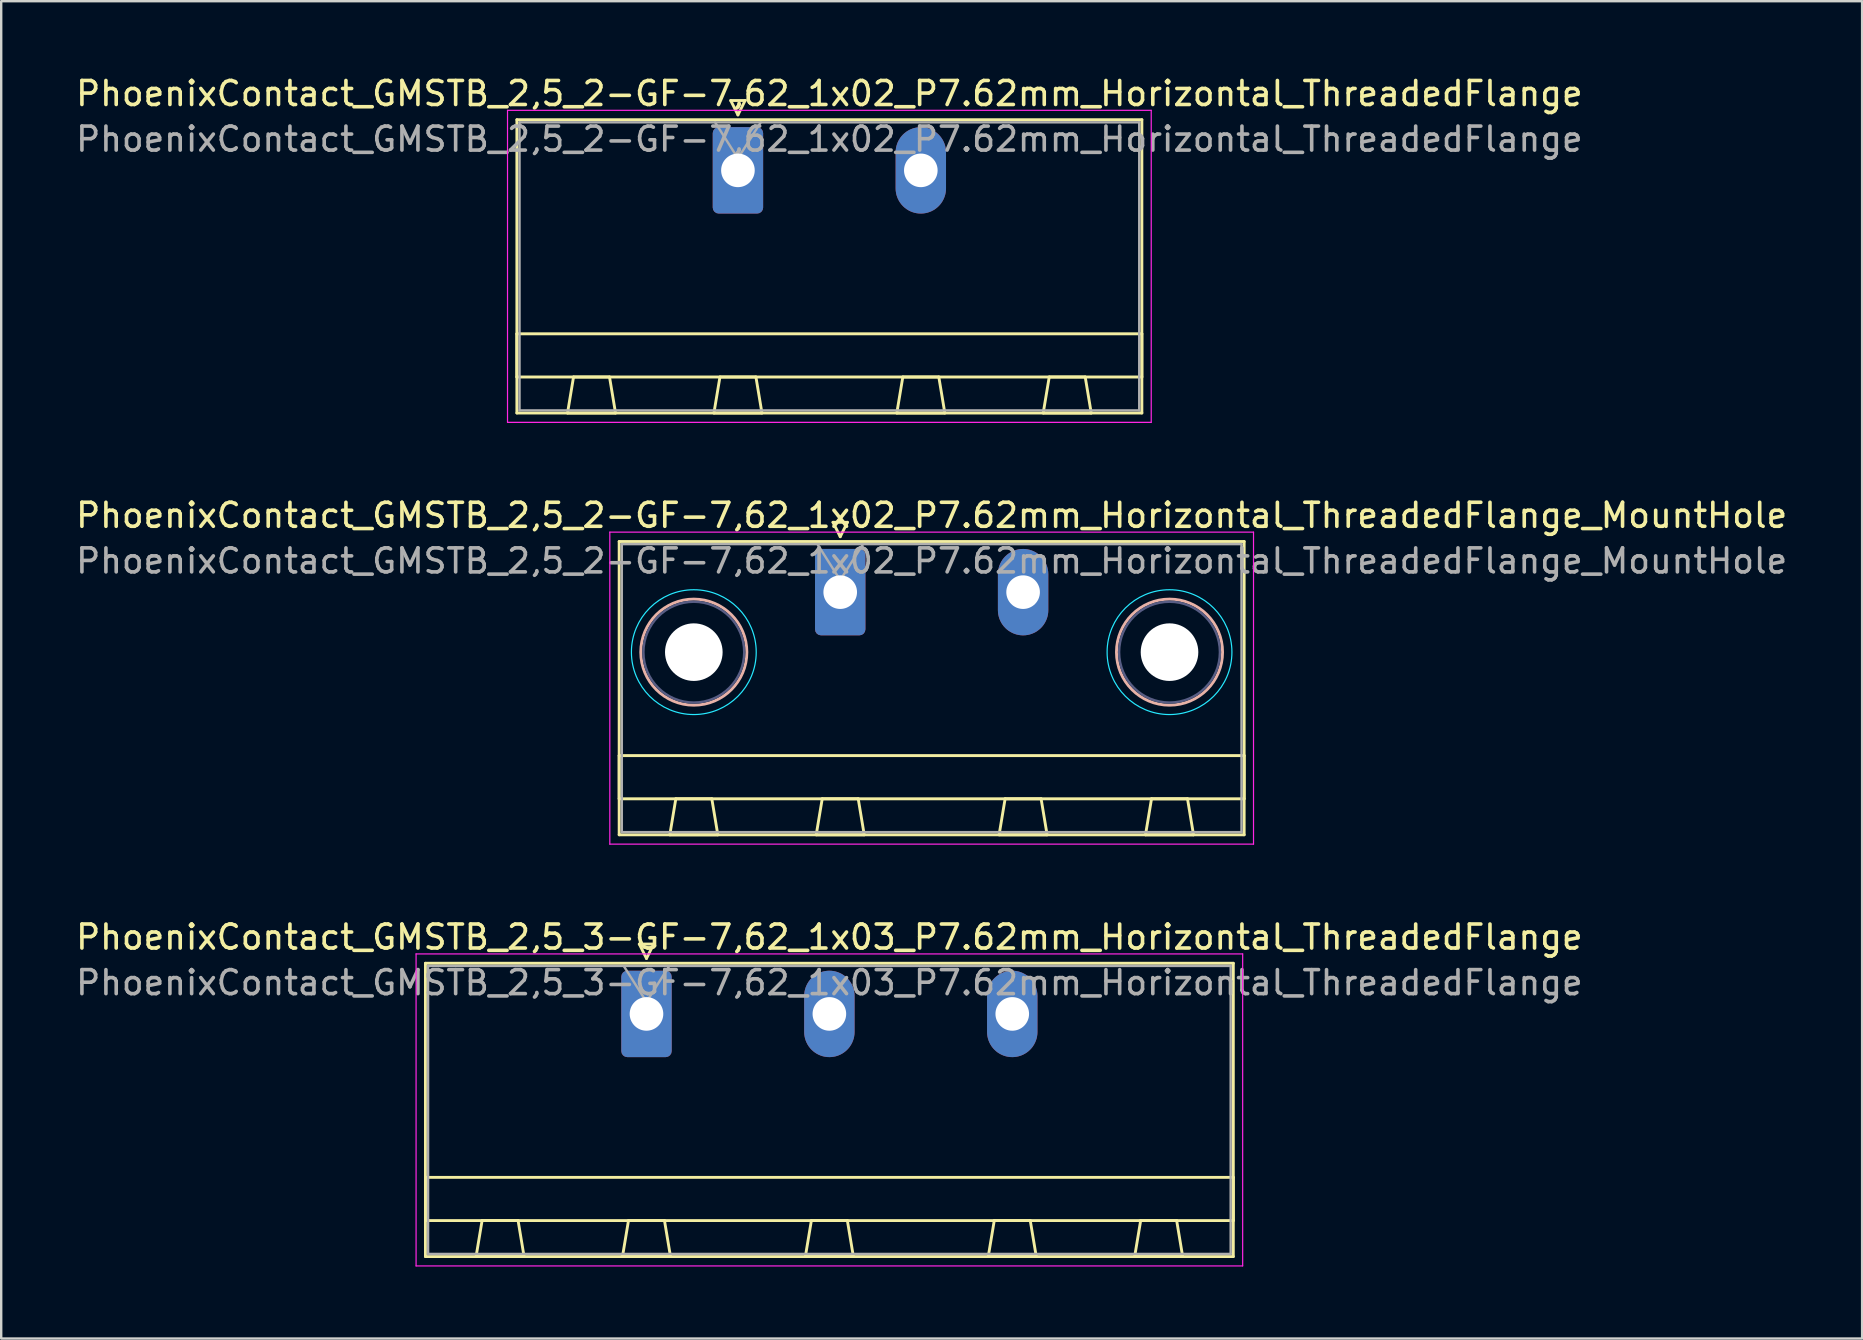
<source format=kicad_pcb>
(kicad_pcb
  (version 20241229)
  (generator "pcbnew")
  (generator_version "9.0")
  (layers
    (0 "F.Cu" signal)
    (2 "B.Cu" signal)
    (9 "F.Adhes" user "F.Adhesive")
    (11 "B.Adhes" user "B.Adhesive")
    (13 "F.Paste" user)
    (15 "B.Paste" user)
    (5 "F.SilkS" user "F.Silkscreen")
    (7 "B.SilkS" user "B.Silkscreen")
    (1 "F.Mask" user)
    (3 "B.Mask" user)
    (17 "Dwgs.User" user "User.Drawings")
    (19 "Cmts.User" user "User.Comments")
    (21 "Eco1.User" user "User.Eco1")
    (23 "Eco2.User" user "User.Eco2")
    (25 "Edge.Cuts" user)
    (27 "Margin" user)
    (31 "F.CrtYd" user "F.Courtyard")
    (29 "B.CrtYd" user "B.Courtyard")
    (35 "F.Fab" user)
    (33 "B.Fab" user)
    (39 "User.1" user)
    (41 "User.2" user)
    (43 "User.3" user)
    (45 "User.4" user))
  (footprint "PhoenixContact_GMSTB_2,5_3-GF-7,62_1x03_P7.62mm_Horizontal_ThreadedFlange"
    (layer "F.Cu")
    (at 23.886 39.195)
    (property "Reference" "PhoenixContact_GMSTB_2,5_3-GF-7,62_1x03_P7.62mm_Horizontal_ThreadedFlange" (at 7.62 -3.2 0) (layer "F.SilkS") (effects (font (size 1 1) (thickness 0.15))))
    (attr through_hole)
    (fp_line (start -9.21 -2.11) (end -9.21 10.11) (stroke (width 0.12) (type solid)) (layer "F.SilkS"))
    (fp_line (start -9.21 6.81) (end 24.45 6.81) (stroke (width 0.12) (type solid)) (layer "F.SilkS"))
    (fp_line (start -9.21 8.61) (end -9.21 6.81) (stroke (width 0.12) (type solid)) (layer "F.SilkS"))
    (fp_line (start -9.21 10.11) (end 24.45 10.11) (stroke (width 0.12) (type solid)) (layer "F.SilkS"))
    (fp_line (start -7.1 10.11) (end -5.1 10.11) (stroke (width 0.12) (type solid)) (layer "F.SilkS"))
    (fp_line (start -6.85 8.61) (end -7.1 10.11) (stroke (width 0.12) (type solid)) (layer "F.SilkS"))
    (fp_line (start -5.35 8.61) (end -6.85 8.61) (stroke (width 0.12) (type solid)) (layer "F.SilkS"))
    (fp_line (start -5.1 10.11) (end -5.35 8.61) (stroke (width 0.12) (type solid)) (layer "F.SilkS"))
    (fp_line (start -1 10.11) (end 1 10.11) (stroke (width 0.12) (type solid)) (layer "F.SilkS"))
    (fp_line (start -0.75 8.61) (end -1 10.11) (stroke (width 0.12) (type solid)) (layer "F.SilkS"))
    (fp_line (start -0.3 -2.91) (end 0.3 -2.91) (stroke (width 0.12) (type solid)) (layer "F.SilkS"))
    (fp_line (start 0 -2.31) (end -0.3 -2.91) (stroke (width 0.12) (type solid)) (layer "F.SilkS"))
    (fp_line (start 0.3 -2.91) (end 0 -2.31) (stroke (width 0.12) (type solid)) (layer "F.SilkS"))
    (fp_line (start 0.75 8.61) (end -0.75 8.61) (stroke (width 0.12) (type solid)) (layer "F.SilkS"))
    (fp_line (start 1 10.11) (end 0.75 8.61) (stroke (width 0.12) (type solid)) (layer "F.SilkS"))
    (fp_line (start 6.62 10.11) (end 8.62 10.11) (stroke (width 0.12) (type solid)) (layer "F.SilkS"))
    (fp_line (start 6.87 8.61) (end 6.62 10.11) (stroke (width 0.12) (type solid)) (layer "F.SilkS"))
    (fp_line (start 8.37 8.61) (end 6.87 8.61) (stroke (width 0.12) (type solid)) (layer "F.SilkS"))
    (fp_line (start 8.62 10.11) (end 8.37 8.61) (stroke (width 0.12) (type solid)) (layer "F.SilkS"))
    (fp_line (start 14.24 10.11) (end 16.24 10.11) (stroke (width 0.12) (type solid)) (layer "F.SilkS"))
    (fp_line (start 14.49 8.61) (end 14.24 10.11) (stroke (width 0.12) (type solid)) (layer "F.SilkS"))
    (fp_line (start 15.99 8.61) (end 14.49 8.61) (stroke (width 0.12) (type solid)) (layer "F.SilkS"))
    (fp_line (start 16.24 10.11) (end 15.99 8.61) (stroke (width 0.12) (type solid)) (layer "F.SilkS"))
    (fp_line (start 20.34 10.11) (end 22.34 10.11) (stroke (width 0.12) (type solid)) (layer "F.SilkS"))
    (fp_line (start 20.59 8.61) (end 20.34 10.11) (stroke (width 0.12) (type solid)) (layer "F.SilkS"))
    (fp_line (start 22.09 8.61) (end 20.59 8.61) (stroke (width 0.12) (type solid)) (layer "F.SilkS"))
    (fp_line (start 22.34 10.11) (end 22.09 8.61) (stroke (width 0.12) (type solid)) (layer "F.SilkS"))
    (fp_line (start 24.45 -2.11) (end -9.21 -2.11) (stroke (width 0.12) (type solid)) (layer "F.SilkS"))
    (fp_line (start 24.45 6.81) (end 24.45 8.61) (stroke (width 0.12) (type solid)) (layer "F.SilkS"))
    (fp_line (start 24.45 8.61) (end -9.21 8.61) (stroke (width 0.12) (type solid)) (layer "F.SilkS"))
    (fp_line (start 24.45 10.11) (end 24.45 -2.11) (stroke (width 0.12) (type solid)) (layer "F.SilkS"))
    (fp_line (start -9.6 -2.5) (end -9.6 10.5) (stroke (width 0.05) (type solid)) (layer "F.CrtYd"))
    (fp_line (start -9.6 10.5) (end 24.84 10.5) (stroke (width 0.05) (type solid)) (layer "F.CrtYd"))
    (fp_line (start 24.84 -2.5) (end -9.6 -2.5) (stroke (width 0.05) (type solid)) (layer "F.CrtYd"))
    (fp_line (start 24.84 10.5) (end 24.84 -2.5) (stroke (width 0.05) (type solid)) (layer "F.CrtYd"))
    (fp_line (start -9.1 -2) (end -9.1 10) (stroke (width 0.1) (type solid)) (layer "F.Fab"))
    (fp_line (start -9.1 10) (end 24.34 10) (stroke (width 0.1) (type solid)) (layer "F.Fab"))
    (fp_line (start 0 -0.5) (end -0.95 -2) (stroke (width 0.1) (type solid)) (layer "F.Fab"))
    (fp_line (start 0.95 -2) (end 0 -0.5) (stroke (width 0.1) (type solid)) (layer "F.Fab"))
    (fp_line (start 24.34 -2) (end -9.1 -2) (stroke (width 0.1) (type solid)) (layer "F.Fab"))
    (fp_line (start 24.34 10) (end 24.34 -2) (stroke (width 0.1) (type solid)) (layer "F.Fab"))
    (fp_text user "${REFERENCE}" (at 7.62 -1.3 0) (layer "F.Fab") (effects (font (size 1 1) (thickness 0.15))))
    (pad "1" thru_hole roundrect (at 0 0) (size 2.1 3.6) (drill 1.4) (layers "*.Cu" "*.Mask") (roundrect_rratio 0.119))
    (pad "2" thru_hole oval (at 7.62 0) (size 2.1 3.6) (drill 1.4) (layers "*.Cu" "*.Mask"))
    (pad "3" thru_hole oval (at 15.24 0) (size 2.1 3.6) (drill 1.4) (layers "*.Cu" "*.Mask")))
  (footprint "PhoenixContact_GMSTB_2,5_2-GF-7,62_1x02_P7.62mm_Horizontal_ThreadedFlange"
    (layer "F.Cu")
    (at 27.696 4.048)
    (property "Reference" "PhoenixContact_GMSTB_2,5_2-GF-7,62_1x02_P7.62mm_Horizontal_ThreadedFlange" (at 3.81 -3.2 0) (layer "F.SilkS") (effects (font (size 1 1) (thickness 0.15))))
    (attr through_hole)
    (fp_line (start -9.21 -2.11) (end -9.21 10.11) (stroke (width 0.12) (type solid)) (layer "F.SilkS"))
    (fp_line (start -9.21 6.81) (end 16.83 6.81) (stroke (width 0.12) (type solid)) (layer "F.SilkS"))
    (fp_line (start -9.21 8.61) (end -9.21 6.81) (stroke (width 0.12) (type solid)) (layer "F.SilkS"))
    (fp_line (start -9.21 10.11) (end 16.83 10.11) (stroke (width 0.12) (type solid)) (layer "F.SilkS"))
    (fp_line (start -7.1 10.11) (end -5.1 10.11) (stroke (width 0.12) (type solid)) (layer "F.SilkS"))
    (fp_line (start -6.85 8.61) (end -7.1 10.11) (stroke (width 0.12) (type solid)) (layer "F.SilkS"))
    (fp_line (start -5.35 8.61) (end -6.85 8.61) (stroke (width 0.12) (type solid)) (layer "F.SilkS"))
    (fp_line (start -5.1 10.11) (end -5.35 8.61) (stroke (width 0.12) (type solid)) (layer "F.SilkS"))
    (fp_line (start -1 10.11) (end 1 10.11) (stroke (width 0.12) (type solid)) (layer "F.SilkS"))
    (fp_line (start -0.75 8.61) (end -1 10.11) (stroke (width 0.12) (type solid)) (layer "F.SilkS"))
    (fp_line (start -0.3 -2.91) (end 0.3 -2.91) (stroke (width 0.12) (type solid)) (layer "F.SilkS"))
    (fp_line (start 0 -2.31) (end -0.3 -2.91) (stroke (width 0.12) (type solid)) (layer "F.SilkS"))
    (fp_line (start 0.3 -2.91) (end 0 -2.31) (stroke (width 0.12) (type solid)) (layer "F.SilkS"))
    (fp_line (start 0.75 8.61) (end -0.75 8.61) (stroke (width 0.12) (type solid)) (layer "F.SilkS"))
    (fp_line (start 1 10.11) (end 0.75 8.61) (stroke (width 0.12) (type solid)) (layer "F.SilkS"))
    (fp_line (start 6.62 10.11) (end 8.62 10.11) (stroke (width 0.12) (type solid)) (layer "F.SilkS"))
    (fp_line (start 6.87 8.61) (end 6.62 10.11) (stroke (width 0.12) (type solid)) (layer "F.SilkS"))
    (fp_line (start 8.37 8.61) (end 6.87 8.61) (stroke (width 0.12) (type solid)) (layer "F.SilkS"))
    (fp_line (start 8.62 10.11) (end 8.37 8.61) (stroke (width 0.12) (type solid)) (layer "F.SilkS"))
    (fp_line (start 12.72 10.11) (end 14.72 10.11) (stroke (width 0.12) (type solid)) (layer "F.SilkS"))
    (fp_line (start 12.97 8.61) (end 12.72 10.11) (stroke (width 0.12) (type solid)) (layer "F.SilkS"))
    (fp_line (start 14.47 8.61) (end 12.97 8.61) (stroke (width 0.12) (type solid)) (layer "F.SilkS"))
    (fp_line (start 14.72 10.11) (end 14.47 8.61) (stroke (width 0.12) (type solid)) (layer "F.SilkS"))
    (fp_line (start 16.83 -2.11) (end -9.21 -2.11) (stroke (width 0.12) (type solid)) (layer "F.SilkS"))
    (fp_line (start 16.83 6.81) (end 16.83 8.61) (stroke (width 0.12) (type solid)) (layer "F.SilkS"))
    (fp_line (start 16.83 8.61) (end -9.21 8.61) (stroke (width 0.12) (type solid)) (layer "F.SilkS"))
    (fp_line (start 16.83 10.11) (end 16.83 -2.11) (stroke (width 0.12) (type solid)) (layer "F.SilkS"))
    (fp_line (start -9.6 -2.5) (end -9.6 10.5) (stroke (width 0.05) (type solid)) (layer "F.CrtYd"))
    (fp_line (start -9.6 10.5) (end 17.22 10.5) (stroke (width 0.05) (type solid)) (layer "F.CrtYd"))
    (fp_line (start 17.22 -2.5) (end -9.6 -2.5) (stroke (width 0.05) (type solid)) (layer "F.CrtYd"))
    (fp_line (start 17.22 10.5) (end 17.22 -2.5) (stroke (width 0.05) (type solid)) (layer "F.CrtYd"))
    (fp_line (start -9.1 -2) (end -9.1 10) (stroke (width 0.1) (type solid)) (layer "F.Fab"))
    (fp_line (start -9.1 10) (end 16.72 10) (stroke (width 0.1) (type solid)) (layer "F.Fab"))
    (fp_line (start 0 -0.5) (end -0.95 -2) (stroke (width 0.1) (type solid)) (layer "F.Fab"))
    (fp_line (start 0.95 -2) (end 0 -0.5) (stroke (width 0.1) (type solid)) (layer "F.Fab"))
    (fp_line (start 16.72 -2) (end -9.1 -2) (stroke (width 0.1) (type solid)) (layer "F.Fab"))
    (fp_line (start 16.72 10) (end 16.72 -2) (stroke (width 0.1) (type solid)) (layer "F.Fab"))
    (fp_text user "${REFERENCE}" (at 3.81 -1.3 0) (layer "F.Fab") (effects (font (size 1 1) (thickness 0.15))))
    (pad "1" thru_hole roundrect (at 0 0) (size 2.1 3.6) (drill 1.4) (layers "*.Cu" "*.Mask") (roundrect_rratio 0.119))
    (pad "2" thru_hole oval (at 7.62 0) (size 2.1 3.6) (drill 1.4) (layers "*.Cu" "*.Mask")))
  (footprint "PhoenixContact_GMSTB_2,5_2-GF-7,62_1x02_P7.62mm_Horizontal_ThreadedFlange_MountHole"
    (layer "F.Cu")
    (at 31.958 21.622)
    (property "Reference" "PhoenixContact_GMSTB_2,5_2-GF-7,62_1x02_P7.62mm_Horizontal_ThreadedFlange_MountHole" (at 3.81 -3.2 0) (layer "F.SilkS") (effects (font (size 1 1) (thickness 0.15))))
    (attr through_hole)
    (fp_line (start -9.21 -2.11) (end -9.21 10.11) (stroke (width 0.12) (type solid)) (layer "F.SilkS"))
    (fp_line (start -9.21 6.81) (end 16.83 6.81) (stroke (width 0.12) (type solid)) (layer "F.SilkS"))
    (fp_line (start -9.21 8.61) (end -9.21 6.81) (stroke (width 0.12) (type solid)) (layer "F.SilkS"))
    (fp_line (start -9.21 10.11) (end 16.83 10.11) (stroke (width 0.12) (type solid)) (layer "F.SilkS"))
    (fp_line (start -7.1 10.11) (end -5.1 10.11) (stroke (width 0.12) (type solid)) (layer "F.SilkS"))
    (fp_line (start -6.85 8.61) (end -7.1 10.11) (stroke (width 0.12) (type solid)) (layer "F.SilkS"))
    (fp_line (start -5.35 8.61) (end -6.85 8.61) (stroke (width 0.12) (type solid)) (layer "F.SilkS"))
    (fp_line (start -5.1 10.11) (end -5.35 8.61) (stroke (width 0.12) (type solid)) (layer "F.SilkS"))
    (fp_line (start -1 10.11) (end 1 10.11) (stroke (width 0.12) (type solid)) (layer "F.SilkS"))
    (fp_line (start -0.75 8.61) (end -1 10.11) (stroke (width 0.12) (type solid)) (layer "F.SilkS"))
    (fp_line (start -0.3 -2.91) (end 0.3 -2.91) (stroke (width 0.12) (type solid)) (layer "F.SilkS"))
    (fp_line (start 0 -2.31) (end -0.3 -2.91) (stroke (width 0.12) (type solid)) (layer "F.SilkS"))
    (fp_line (start 0.3 -2.91) (end 0 -2.31) (stroke (width 0.12) (type solid)) (layer "F.SilkS"))
    (fp_line (start 0.75 8.61) (end -0.75 8.61) (stroke (width 0.12) (type solid)) (layer "F.SilkS"))
    (fp_line (start 1 10.11) (end 0.75 8.61) (stroke (width 0.12) (type solid)) (layer "F.SilkS"))
    (fp_line (start 6.62 10.11) (end 8.62 10.11) (stroke (width 0.12) (type solid)) (layer "F.SilkS"))
    (fp_line (start 6.87 8.61) (end 6.62 10.11) (stroke (width 0.12) (type solid)) (layer "F.SilkS"))
    (fp_line (start 8.37 8.61) (end 6.87 8.61) (stroke (width 0.12) (type solid)) (layer "F.SilkS"))
    (fp_line (start 8.62 10.11) (end 8.37 8.61) (stroke (width 0.12) (type solid)) (layer "F.SilkS"))
    (fp_line (start 12.72 10.11) (end 14.72 10.11) (stroke (width 0.12) (type solid)) (layer "F.SilkS"))
    (fp_line (start 12.97 8.61) (end 12.72 10.11) (stroke (width 0.12) (type solid)) (layer "F.SilkS"))
    (fp_line (start 14.47 8.61) (end 12.97 8.61) (stroke (width 0.12) (type solid)) (layer "F.SilkS"))
    (fp_line (start 14.72 10.11) (end 14.47 8.61) (stroke (width 0.12) (type solid)) (layer "F.SilkS"))
    (fp_line (start 16.83 -2.11) (end -9.21 -2.11) (stroke (width 0.12) (type solid)) (layer "F.SilkS"))
    (fp_line (start 16.83 6.81) (end 16.83 8.61) (stroke (width 0.12) (type solid)) (layer "F.SilkS"))
    (fp_line (start 16.83 8.61) (end -9.21 8.61) (stroke (width 0.12) (type solid)) (layer "F.SilkS"))
    (fp_line (start 16.83 10.11) (end 16.83 -2.11) (stroke (width 0.12) (type solid)) (layer "F.SilkS"))
    (fp_circle (center -6.1 2.5) (end -3.89 2.5) (stroke (width 0.12) (type solid)) (fill no) (layer "B.SilkS"))
    (fp_circle (center 13.72 2.5) (end 15.93 2.5) (stroke (width 0.12) (type solid)) (fill no) (layer "B.SilkS"))
    (fp_circle (center -6.1 2.5) (end -3.5 2.5) (stroke (width 0.05) (type solid)) (fill no) (layer "B.CrtYd"))
    (fp_circle (center 13.72 2.5) (end 16.32 2.5) (stroke (width 0.05) (type solid)) (fill no) (layer "B.CrtYd"))
    (fp_line (start -9.6 -2.5) (end -9.6 10.5) (stroke (width 0.05) (type solid)) (layer "F.CrtYd"))
    (fp_line (start -9.6 10.5) (end 17.22 10.5) (stroke (width 0.05) (type solid)) (layer "F.CrtYd"))
    (fp_line (start 17.22 -2.5) (end -9.6 -2.5) (stroke (width 0.05) (type solid)) (layer "F.CrtYd"))
    (fp_line (start 17.22 10.5) (end 17.22 -2.5) (stroke (width 0.05) (type solid)) (layer "F.CrtYd"))
    (fp_circle (center -6.1 2.5) (end -4 2.5) (stroke (width 0.1) (type solid)) (fill no) (layer "B.Fab"))
    (fp_circle (center 13.72 2.5) (end 15.82 2.5) (stroke (width 0.1) (type solid)) (fill no) (layer "B.Fab"))
    (fp_line (start -9.1 -2) (end -9.1 10) (stroke (width 0.1) (type solid)) (layer "F.Fab"))
    (fp_line (start -9.1 10) (end 16.72 10) (stroke (width 0.1) (type solid)) (layer "F.Fab"))
    (fp_line (start 0 -0.5) (end -0.95 -2) (stroke (width 0.1) (type solid)) (layer "F.Fab"))
    (fp_line (start 0.95 -2) (end 0 -0.5) (stroke (width 0.1) (type solid)) (layer "F.Fab"))
    (fp_line (start 16.72 -2) (end -9.1 -2) (stroke (width 0.1) (type solid)) (layer "F.Fab"))
    (fp_line (start 16.72 10) (end 16.72 -2) (stroke (width 0.1) (type solid)) (layer "F.Fab"))
    (fp_text user "${REFERENCE}" (at 3.81 -1.3 0) (layer "F.Fab") (effects (font (size 1 1) (thickness 0.15))))
    (pad "" np_thru_hole circle (at -6.1 2.5) (size 2.4 2.4) (drill 2.4) (layers "*.Cu" "*.Mask"))
    (pad "" np_thru_hole circle (at 13.72 2.5) (size 2.4 2.4) (drill 2.4) (layers "*.Cu" "*.Mask"))
    (pad "1" thru_hole roundrect (at 0 0) (size 2.1 3.6) (drill 1.4) (layers "*.Cu" "*.Mask") (roundrect_rratio 0.119))
    (pad "2" thru_hole oval (at 7.62 0) (size 2.1 3.6) (drill 1.4) (layers "*.Cu" "*.Mask")))
  (gr_rect
    (start -3 -3)
    (end 74.536 52.72)
    (stroke (width 0.1) (type default))
    (fill no)
    (layer "Edge.Cuts")))
</source>
